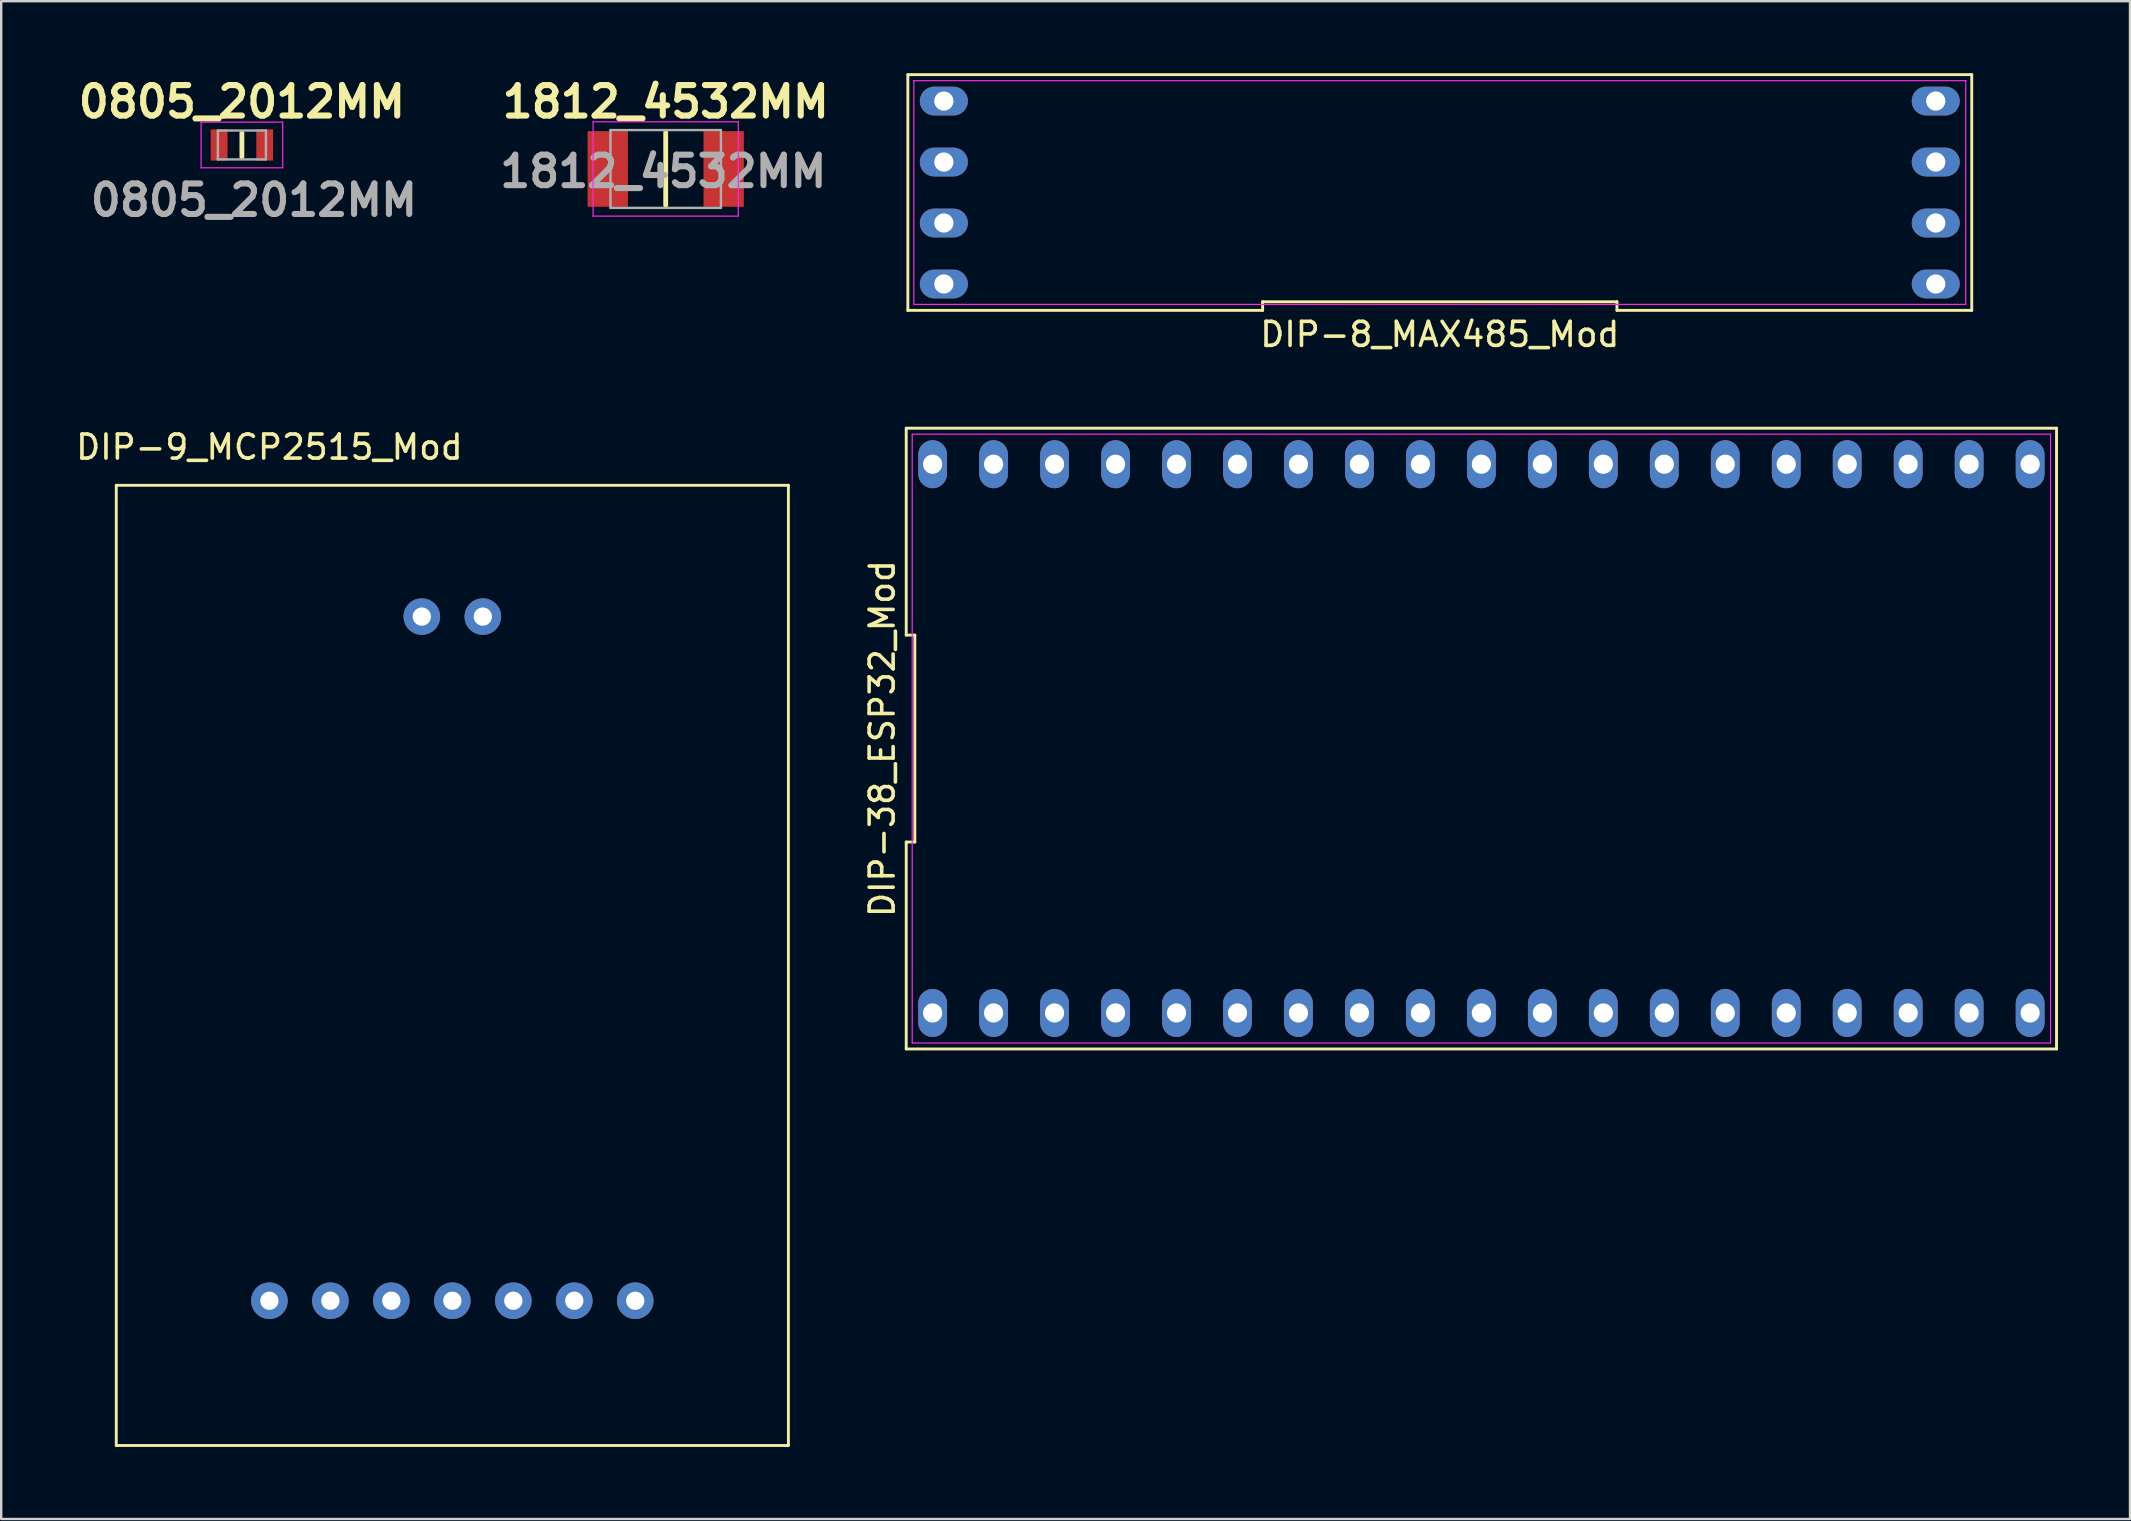
<source format=kicad_pcb>
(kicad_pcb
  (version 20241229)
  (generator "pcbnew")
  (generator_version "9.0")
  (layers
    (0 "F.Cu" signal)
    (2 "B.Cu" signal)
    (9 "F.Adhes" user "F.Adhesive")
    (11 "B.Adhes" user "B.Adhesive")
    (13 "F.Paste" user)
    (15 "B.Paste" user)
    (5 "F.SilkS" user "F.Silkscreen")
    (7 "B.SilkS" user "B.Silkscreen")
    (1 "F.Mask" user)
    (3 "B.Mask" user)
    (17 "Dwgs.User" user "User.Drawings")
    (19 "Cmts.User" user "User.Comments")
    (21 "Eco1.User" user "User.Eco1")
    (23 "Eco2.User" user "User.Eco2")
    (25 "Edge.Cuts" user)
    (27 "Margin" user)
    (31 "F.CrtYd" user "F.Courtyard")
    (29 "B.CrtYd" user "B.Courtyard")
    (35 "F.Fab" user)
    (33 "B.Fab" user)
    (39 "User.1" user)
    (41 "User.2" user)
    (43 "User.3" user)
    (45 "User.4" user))
  (footprint "0805_2012MM"
    (layer "F.Cu")
    (at 7.027 2.989)
    (property "Reference" "0805_2012MM" (at 0 -1.8 0) (layer "F.SilkS") (effects (font (size 1.27 1.27) (thickness 0.254))))
    (attr smd)
    (fp_line (start 0 -0.5) (end 0 0.5) (stroke (width 0.2) (type solid)) (layer "F.SilkS"))
    (fp_line (start -1.7 -0.95) (end 1.7 -0.95) (stroke (width 0.05) (type solid)) (layer "F.CrtYd"))
    (fp_line (start -1.7 0.95) (end -1.7 -0.95) (stroke (width 0.05) (type solid)) (layer "F.CrtYd"))
    (fp_line (start 1.7 -0.95) (end 1.7 0.95) (stroke (width 0.05) (type solid)) (layer "F.CrtYd"))
    (fp_line (start 1.7 0.95) (end -1.7 0.95) (stroke (width 0.05) (type solid)) (layer "F.CrtYd"))
    (fp_line (start -1 -0.6) (end 1 -0.6) (stroke (width 0.1) (type solid)) (layer "F.Fab"))
    (fp_line (start -1 0.6) (end -1 -0.6) (stroke (width 0.1) (type solid)) (layer "F.Fab"))
    (fp_line (start 1 -0.6) (end 1 0.6) (stroke (width 0.1) (type solid)) (layer "F.Fab"))
    (fp_line (start 1 0.6) (end -1 0.6) (stroke (width 0.1) (type solid)) (layer "F.Fab"))
    (fp_text user "${REFERENCE}" (at 0.5 2.3 0) (layer "F.Fab") (effects (font (size 1.27 1.27) (thickness 0.254))))
    (pad "1" smd rect (at -0.95 0) (size 0.7 1.3) (layers "F.Cu" "F.Mask" "F.Paste"))
    (pad "2" smd rect (at 0.95 0) (size 0.7 1.3) (layers "F.Cu" "F.Mask" "F.Paste")))
  (footprint "1812_4532MM"
    (layer "F.Cu")
    (at 24.682 3.989)
    (property "Reference" "1812_4532MM" (at 0 -2.8 0) (layer "F.SilkS") (effects (font (size 1.27 1.27) (thickness 0.254))))
    (attr smd)
    (fp_line (start 0 -1.52) (end 0 1.52) (stroke (width 0.2) (type solid)) (layer "F.SilkS"))
    (fp_line (start -3.025 -1.965) (end 3.025 -1.965) (stroke (width 0.05) (type solid)) (layer "F.CrtYd"))
    (fp_line (start -3.025 1.965) (end -3.025 -1.965) (stroke (width 0.05) (type solid)) (layer "F.CrtYd"))
    (fp_line (start 3.025 -1.965) (end 3.025 1.965) (stroke (width 0.05) (type solid)) (layer "F.CrtYd"))
    (fp_line (start 3.025 1.965) (end -3.025 1.965) (stroke (width 0.05) (type solid)) (layer "F.CrtYd"))
    (fp_line (start -2.3 -1.62) (end 2.3 -1.62) (stroke (width 0.1) (type solid)) (layer "F.Fab"))
    (fp_line (start -2.3 1.62) (end -2.3 -1.62) (stroke (width 0.1) (type solid)) (layer "F.Fab"))
    (fp_line (start 2.3 -1.62) (end 2.3 1.62) (stroke (width 0.1) (type solid)) (layer "F.Fab"))
    (fp_line (start 2.3 1.62) (end -2.3 1.62) (stroke (width 0.1) (type solid)) (layer "F.Fab"))
    (fp_text user "${REFERENCE}" (at -0.1 0.1 0) (layer "F.Fab") (effects (font (size 1.27 1.27) (thickness 0.254))))
    (pad "1" smd rect (at -2.415 0) (size 1.68 3.15) (layers "F.Cu" "F.Mask" "F.Paste"))
    (pad "2" smd rect (at 2.415 0) (size 1.68 3.15) (layers "F.Cu" "F.Mask" "F.Paste")))
  (footprint "DIP-9_MCP2515_Mod"
    (layer "F.Cu")
    (at 15.793 37.166)
    (property "Reference" "DIP-9_MCP2515_Mod" (at -7.62 -21.59 0) (layer "F.SilkS") (effects (font (size 1 1) (thickness 0.15))))
    (attr through_hole)
    (fp_line (start -14 -20) (end -14 20) (stroke (width 0.12) (type solid)) (layer "F.SilkS"))
    (fp_line (start -14 20) (end 14 20) (stroke (width 0.12) (type solid)) (layer "F.SilkS"))
    (fp_line (start 14 -20) (end -14 -20) (stroke (width 0.12) (type solid)) (layer "F.SilkS"))
    (fp_line (start 14 20) (end 14 -20) (stroke (width 0.12) (type solid)) (layer "F.SilkS"))
    (pad "1" thru_hole circle (at -7.62 13.97) (size 1.524 1.524) (drill 0.762) (layers "*.Cu" "*.Mask"))
    (pad "2" thru_hole circle (at -5.08 13.97) (size 1.524 1.524) (drill 0.762) (layers "*.Cu" "*.Mask"))
    (pad "3" thru_hole circle (at -2.54 13.97) (size 1.524 1.524) (drill 0.762) (layers "*.Cu" "*.Mask"))
    (pad "4" thru_hole circle (at 0 13.97) (size 1.524 1.524) (drill 0.762) (layers "*.Cu" "*.Mask"))
    (pad "5" thru_hole circle (at 2.54 13.97) (size 1.524 1.524) (drill 0.762) (layers "*.Cu" "*.Mask"))
    (pad "6" thru_hole circle (at 5.08 13.97) (size 1.524 1.524) (drill 0.762) (layers "*.Cu" "*.Mask"))
    (pad "7" thru_hole circle (at 7.62 13.97) (size 1.524 1.524) (drill 0.762) (layers "*.Cu" "*.Mask"))
    (pad "8" thru_hole circle (at -1.27 -14.53) (size 1.524 1.524) (drill 0.762) (layers "*.Cu" "*.Mask"))
    (pad "9" thru_hole circle (at 1.27 -14.53) (size 1.524 1.524) (drill 0.762) (layers "*.Cu" "*.Mask")))
  (footprint "DIP-38_ESP32_Mod"
    (layer "F.Cu")
    (at 58.661 27.718)
    (property "Reference" "DIP-38_ESP32_Mod" (at -24.96 0 90) (layer "F.SilkS") (effects (font (size 1 1) (thickness 0.15))))
    (attr through_hole)
    (fp_line (start -23.96 -12.93) (end -23.96 -4.31) (stroke (width 0.12) (type solid)) (layer "F.SilkS"))
    (fp_line (start -23.96 -4.31) (end -23.6 -4.31) (stroke (width 0.12) (type solid)) (layer "F.SilkS"))
    (fp_line (start -23.96 4.31) (end -23.96 12.93) (stroke (width 0.12) (type solid)) (layer "F.SilkS"))
    (fp_line (start -23.96 12.93) (end 23.96 12.93) (stroke (width 0.12) (type solid)) (layer "F.SilkS"))
    (fp_line (start -23.6 -4.31) (end -23.6 4.31) (stroke (width 0.12) (type solid)) (layer "F.SilkS"))
    (fp_line (start -23.6 4.31) (end -23.96 4.31) (stroke (width 0.12) (type solid)) (layer "F.SilkS"))
    (fp_line (start 23.96 -12.93) (end -23.96 -12.93) (stroke (width 0.12) (type solid)) (layer "F.SilkS"))
    (fp_line (start 23.96 12.93) (end 23.96 -12.93) (stroke (width 0.12) (type solid)) (layer "F.SilkS"))
    (fp_line (start -23.71 -12.68) (end 23.71 -12.68) (stroke (width 0.05) (type solid)) (layer "F.CrtYd"))
    (fp_line (start -23.71 12.68) (end -23.71 -12.68) (stroke (width 0.05) (type solid)) (layer "F.CrtYd"))
    (fp_line (start 23.71 -12.68) (end 23.71 12.68) (stroke (width 0.05) (type solid)) (layer "F.CrtYd"))
    (fp_line (start 23.71 12.68) (end -23.71 12.68) (stroke (width 0.05) (type solid)) (layer "F.CrtYd"))
    (pad "1" thru_hole oval (at -22.86 11.43) (size 1.2 2) (drill 0.8) (layers "*.Cu" "*.Mask"))
    (pad "2" thru_hole oval (at -20.32 11.43) (size 1.2 2) (drill 0.8) (layers "*.Cu" "*.Mask"))
    (pad "3" thru_hole oval (at -17.78 11.43) (size 1.2 2) (drill 0.8) (layers "*.Cu" "*.Mask"))
    (pad "4" thru_hole oval (at -15.24 11.43) (size 1.2 2) (drill 0.8) (layers "*.Cu" "*.Mask"))
    (pad "5" thru_hole oval (at -12.7 11.43) (size 1.2 2) (drill 0.8) (layers "*.Cu" "*.Mask"))
    (pad "6" thru_hole oval (at -10.16 11.43) (size 1.2 2) (drill 0.8) (layers "*.Cu" "*.Mask"))
    (pad "7" thru_hole oval (at -7.62 11.43) (size 1.2 2) (drill 0.8) (layers "*.Cu" "*.Mask"))
    (pad "8" thru_hole oval (at -5.08 11.43) (size 1.2 2) (drill 0.8) (layers "*.Cu" "*.Mask"))
    (pad "9" thru_hole oval (at -2.54 11.43) (size 1.2 2) (drill 0.8) (layers "*.Cu" "*.Mask"))
    (pad "10" thru_hole oval (at 0 11.43) (size 1.2 2) (drill 0.8) (layers "*.Cu" "*.Mask"))
    (pad "11" thru_hole oval (at 2.54 11.43) (size 1.2 2) (drill 0.8) (layers "*.Cu" "*.Mask"))
    (pad "12" thru_hole oval (at 5.08 11.43) (size 1.2 2) (drill 0.8) (layers "*.Cu" "*.Mask"))
    (pad "13" thru_hole oval (at 7.62 11.43) (size 1.2 2) (drill 0.8) (layers "*.Cu" "*.Mask"))
    (pad "14" thru_hole oval (at 10.16 11.43) (size 1.2 2) (drill 0.8) (layers "*.Cu" "*.Mask"))
    (pad "15" thru_hole oval (at 12.7 11.43) (size 1.2 2) (drill 0.8) (layers "*.Cu" "*.Mask"))
    (pad "16" thru_hole oval (at 15.24 11.43) (size 1.2 2) (drill 0.8) (layers "*.Cu" "*.Mask"))
    (pad "17" thru_hole oval (at 17.78 11.43) (size 1.2 2) (drill 0.8) (layers "*.Cu" "*.Mask"))
    (pad "18" thru_hole oval (at 20.32 11.43) (size 1.2 2) (drill 0.8) (layers "*.Cu" "*.Mask"))
    (pad "19" thru_hole oval (at 22.86 11.43) (size 1.2 2) (drill 0.8) (layers "*.Cu" "*.Mask"))
    (pad "20" thru_hole oval (at 22.86 -11.43) (size 1.2 2) (drill 0.8) (layers "*.Cu" "*.Mask"))
    (pad "21" thru_hole oval (at 20.32 -11.43) (size 1.2 2) (drill 0.8) (layers "*.Cu" "*.Mask"))
    (pad "22" thru_hole oval (at 17.78 -11.43) (size 1.2 2) (drill 0.8) (layers "*.Cu" "*.Mask"))
    (pad "23" thru_hole oval (at 15.24 -11.43) (size 1.2 2) (drill 0.8) (layers "*.Cu" "*.Mask"))
    (pad "24" thru_hole oval (at 12.7 -11.43) (size 1.2 2) (drill 0.8) (layers "*.Cu" "*.Mask"))
    (pad "25" thru_hole oval (at 10.16 -11.43) (size 1.2 2) (drill 0.8) (layers "*.Cu" "*.Mask"))
    (pad "26" thru_hole oval (at 7.62 -11.43) (size 1.2 2) (drill 0.8) (layers "*.Cu" "*.Mask"))
    (pad "27" thru_hole oval (at 5.08 -11.43) (size 1.2 2) (drill 0.8) (layers "*.Cu" "*.Mask"))
    (pad "28" thru_hole oval (at 2.54 -11.43) (size 1.2 2) (drill 0.8) (layers "*.Cu" "*.Mask"))
    (pad "29" thru_hole oval (at 0 -11.43) (size 1.2 2) (drill 0.8) (layers "*.Cu" "*.Mask"))
    (pad "30" thru_hole oval (at -2.54 -11.43) (size 1.2 2) (drill 0.8) (layers "*.Cu" "*.Mask"))
    (pad "31" thru_hole oval (at -5.08 -11.43) (size 1.2 2) (drill 0.8) (layers "*.Cu" "*.Mask"))
    (pad "32" thru_hole oval (at -7.62 -11.43) (size 1.2 2) (drill 0.8) (layers "*.Cu" "*.Mask"))
    (pad "33" thru_hole oval (at -10.16 -11.43) (size 1.2 2) (drill 0.8) (layers "*.Cu" "*.Mask"))
    (pad "34" thru_hole oval (at -12.7 -11.43) (size 1.2 2) (drill 0.8) (layers "*.Cu" "*.Mask"))
    (pad "35" thru_hole oval (at -15.24 -11.43) (size 1.2 2) (drill 0.8) (layers "*.Cu" "*.Mask"))
    (pad "36" thru_hole oval (at -17.78 -11.43) (size 1.2 2) (drill 0.8) (layers "*.Cu" "*.Mask"))
    (pad "37" thru_hole oval (at -20.32 -11.43) (size 1.2 2) (drill 0.8) (layers "*.Cu" "*.Mask"))
    (pad "38" thru_hole oval (at -22.86 -11.43) (size 1.2 2) (drill 0.8) (layers "*.Cu" "*.Mask")))
  (footprint "DIP-8_MAX485_Mod"
    (layer "F.Cu")
    (at 58.199 4.97)
    (property "Reference" "DIP-8_MAX485_Mod" (at -1.27 5.91 180) (layer "F.SilkS") (effects (font (size 1 1) (thickness 0.15))))
    (attr through_hole)
    (fp_line (start -23.43 4.91) (end -23.43 -4.91) (stroke (width 0.12) (type solid)) (layer "F.SilkS"))
    (fp_line (start -23.43 4.91) (end -8.65 4.91) (stroke (width 0.12) (type solid)) (layer "F.SilkS"))
    (fp_line (start -8.65 4.55) (end 6.11 4.55) (stroke (width 0.12) (type solid)) (layer "F.SilkS"))
    (fp_line (start -8.65 4.91) (end -8.65 4.55) (stroke (width 0.12) (type solid)) (layer "F.SilkS"))
    (fp_line (start 6.11 4.55) (end 6.11 4.91) (stroke (width 0.12) (type solid)) (layer "F.SilkS"))
    (fp_line (start 6.11 4.91) (end 20.89 4.91) (stroke (width 0.12) (type solid)) (layer "F.SilkS"))
    (fp_line (start 20.89 -4.91) (end -23.43 -4.91) (stroke (width 0.12) (type solid)) (layer "F.SilkS"))
    (fp_line (start 20.89 4.91) (end 20.89 -4.91) (stroke (width 0.12) (type solid)) (layer "F.SilkS"))
    (fp_line (start -23.18 -4.66) (end -23.18 4.66) (stroke (width 0.05) (type solid)) (layer "F.CrtYd"))
    (fp_line (start -23.18 -4.66) (end 20.64 -4.66) (stroke (width 0.05) (type solid)) (layer "F.CrtYd"))
    (fp_line (start 20.64 -4.66) (end 20.64 4.66) (stroke (width 0.05) (type solid)) (layer "F.CrtYd"))
    (fp_line (start 20.64 4.66) (end -23.18 4.66) (stroke (width 0.05) (type solid)) (layer "F.CrtYd"))
    (pad "1" thru_hole oval (at 19.39 3.81 90) (size 1.2 2) (drill 0.8) (layers "*.Cu" "*.Mask"))
    (pad "2" thru_hole oval (at 19.39 1.27 90) (size 1.2 2) (drill 0.8) (layers "*.Cu" "*.Mask"))
    (pad "3" thru_hole oval (at 19.39 -1.27 90) (size 1.2 2) (drill 0.8) (layers "*.Cu" "*.Mask"))
    (pad "4" thru_hole oval (at 19.39 -3.81 90) (size 1.2 2) (drill 0.8) (layers "*.Cu" "*.Mask"))
    (pad "5" thru_hole oval (at -21.93 -3.81 90) (size 1.2 2) (drill 0.8) (layers "*.Cu" "*.Mask"))
    (pad "6" thru_hole oval (at -21.93 -1.27 90) (size 1.2 2) (drill 0.8) (layers "*.Cu" "*.Mask"))
    (pad "7" thru_hole oval (at -21.93 1.27 90) (size 1.2 2) (drill 0.8) (layers "*.Cu" "*.Mask"))
    (pad "8" thru_hole oval (at -21.93 3.81 90) (size 1.2 2) (drill 0.8) (layers "*.Cu" "*.Mask")))
  (gr_rect
    (start -3 -3)
    (end 85.681 60.227)
    (stroke (width 0.1) (type default))
    (fill no)
    (layer "Edge.Cuts")))
</source>
